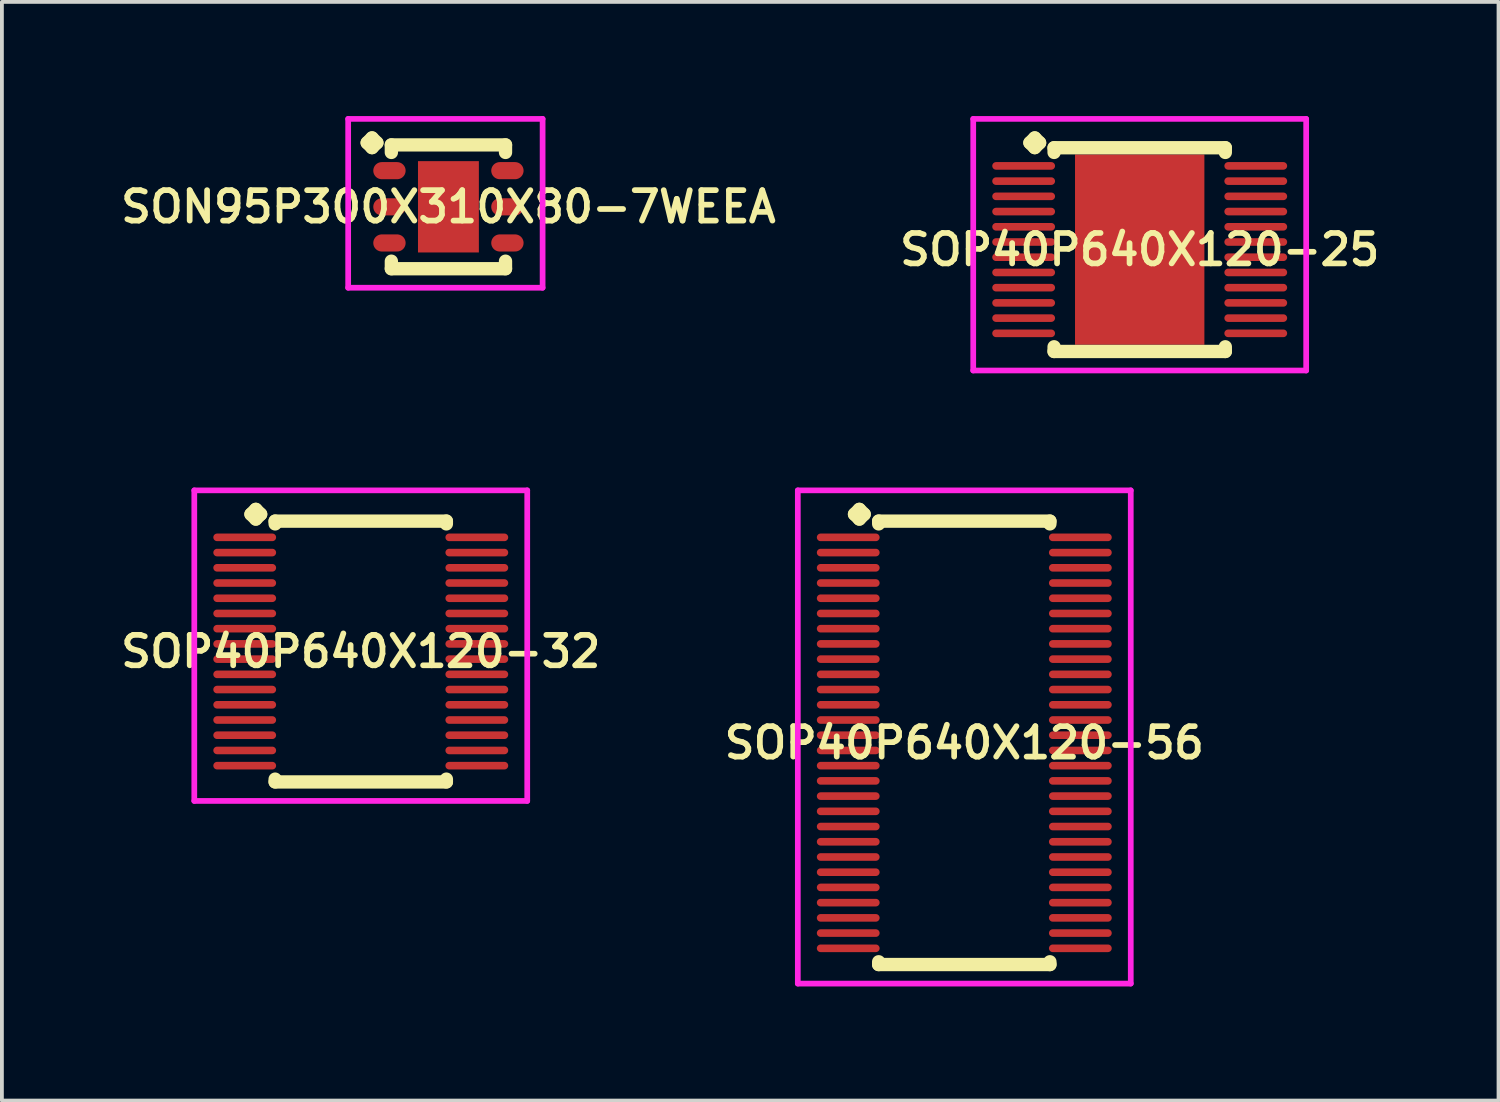
<source format=kicad_pcb>
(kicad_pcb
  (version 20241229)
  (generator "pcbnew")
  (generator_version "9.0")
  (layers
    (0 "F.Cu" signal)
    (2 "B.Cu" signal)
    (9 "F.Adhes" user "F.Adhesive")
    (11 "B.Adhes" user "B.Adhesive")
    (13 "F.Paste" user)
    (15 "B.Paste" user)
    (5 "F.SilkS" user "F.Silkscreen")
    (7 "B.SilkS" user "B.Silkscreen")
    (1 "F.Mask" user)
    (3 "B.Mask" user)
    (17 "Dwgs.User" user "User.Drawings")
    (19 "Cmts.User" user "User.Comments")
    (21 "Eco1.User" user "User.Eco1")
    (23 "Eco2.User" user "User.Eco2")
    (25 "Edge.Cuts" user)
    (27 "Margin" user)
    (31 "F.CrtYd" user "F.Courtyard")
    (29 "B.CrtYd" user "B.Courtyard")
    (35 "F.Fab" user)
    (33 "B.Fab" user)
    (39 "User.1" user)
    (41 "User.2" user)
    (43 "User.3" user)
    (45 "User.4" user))
  (footprint "SOP40P640X120-25"
    (layer "F.Cu")
    (at 26.902 3.51)
    (property "Reference" "SOP40P640X120-25" (at 0 0 0) (layer "F.SilkS") (effects (font (size 0.8 0.8) (thickness 0.15))))
    (attr smd)
    (fp_line (start -2.885 -2.808) (end -2.758 -2.935) (stroke (width 0.35) (type solid)) (layer "F.SilkS"))
    (fp_line (start -2.758 -2.935) (end -2.631 -2.808) (stroke (width 0.35) (type solid)) (layer "F.SilkS"))
    (fp_line (start -2.758 -2.681) (end -2.885 -2.808) (stroke (width 0.35) (type solid)) (layer "F.SilkS"))
    (fp_line (start -2.631 -2.808) (end -2.758 -2.681) (stroke (width 0.35) (type solid)) (layer "F.SilkS"))
    (fp_line (start -2.25 -2.677) (end 2.25 -2.677) (stroke (width 0.35) (type solid)) (layer "F.SilkS"))
    (fp_line (start -2.25 -2.554) (end -2.25 -2.677) (stroke (width 0.35) (type solid)) (layer "F.SilkS"))
    (fp_line (start -2.25 2.554) (end -2.25 2.677) (stroke (width 0.35) (type solid)) (layer "F.SilkS"))
    (fp_line (start -2.25 2.677) (end 2.25 2.677) (stroke (width 0.35) (type solid)) (layer "F.SilkS"))
    (fp_line (start 2.25 -2.677) (end 2.25 -2.554) (stroke (width 0.35) (type solid)) (layer "F.SilkS"))
    (fp_line (start 2.25 2.677) (end 2.25 2.554) (stroke (width 0.35) (type solid)) (layer "F.SilkS"))
    (fp_line (start -4.375 -3.435) (end 4.375 -3.435) (stroke (width 0.15) (type solid)) (layer "F.CrtYd"))
    (fp_line (start -4.375 3.177) (end -4.375 -3.435) (stroke (width 0.15) (type solid)) (layer "F.CrtYd"))
    (fp_line (start 4.375 -3.435) (end 4.375 3.177) (stroke (width 0.15) (type solid)) (layer "F.CrtYd"))
    (fp_line (start 4.375 3.177) (end -4.375 3.177) (stroke (width 0.15) (type solid)) (layer "F.CrtYd"))
    (pad "1" smd oval (at -3.05 -2.2) (size 1.65 0.2) (layers "F.Cu" "F.Mask" "F.Paste"))
    (pad "2" smd oval (at -3.05 -1.8) (size 1.65 0.2) (layers "F.Cu" "F.Mask" "F.Paste"))
    (pad "3" smd oval (at -3.05 -1.4) (size 1.65 0.2) (layers "F.Cu" "F.Mask" "F.Paste"))
    (pad "4" smd oval (at -3.05 -1) (size 1.65 0.2) (layers "F.Cu" "F.Mask" "F.Paste"))
    (pad "5" smd oval (at -3.05 -0.6) (size 1.65 0.2) (layers "F.Cu" "F.Mask" "F.Paste"))
    (pad "6" smd oval (at -3.05 -0.2) (size 1.65 0.2) (layers "F.Cu" "F.Mask" "F.Paste"))
    (pad "7" smd oval (at -3.05 0.2) (size 1.65 0.2) (layers "F.Cu" "F.Mask" "F.Paste"))
    (pad "8" smd oval (at -3.05 0.6) (size 1.65 0.2) (layers "F.Cu" "F.Mask" "F.Paste"))
    (pad "9" smd oval (at -3.05 1) (size 1.65 0.2) (layers "F.Cu" "F.Mask" "F.Paste"))
    (pad "10" smd oval (at -3.05 1.4) (size 1.65 0.2) (layers "F.Cu" "F.Mask" "F.Paste"))
    (pad "11" smd oval (at -3.05 1.8) (size 1.65 0.2) (layers "F.Cu" "F.Mask" "F.Paste"))
    (pad "12" smd oval (at -3.05 2.2) (size 1.65 0.2) (layers "F.Cu" "F.Mask" "F.Paste"))
    (pad "13" smd oval (at 3.05 2.2) (size 1.65 0.2) (layers "F.Cu" "F.Mask" "F.Paste"))
    (pad "14" smd oval (at 3.05 1.8) (size 1.65 0.2) (layers "F.Cu" "F.Mask" "F.Paste"))
    (pad "15" smd oval (at 3.05 1.4) (size 1.65 0.2) (layers "F.Cu" "F.Mask" "F.Paste"))
    (pad "16" smd oval (at 3.05 1) (size 1.65 0.2) (layers "F.Cu" "F.Mask" "F.Paste"))
    (pad "17" smd oval (at 3.05 0.6) (size 1.65 0.2) (layers "F.Cu" "F.Mask" "F.Paste"))
    (pad "18" smd oval (at 3.05 0.2) (size 1.65 0.2) (layers "F.Cu" "F.Mask" "F.Paste"))
    (pad "19" smd oval (at 3.05 -0.2) (size 1.65 0.2) (layers "F.Cu" "F.Mask" "F.Paste"))
    (pad "20" smd oval (at 3.05 -0.6) (size 1.65 0.2) (layers "F.Cu" "F.Mask" "F.Paste"))
    (pad "21" smd oval (at 3.05 -1) (size 1.65 0.2) (layers "F.Cu" "F.Mask" "F.Paste"))
    (pad "22" smd oval (at 3.05 -1.4) (size 1.65 0.2) (layers "F.Cu" "F.Mask" "F.Paste"))
    (pad "23" smd oval (at 3.05 -1.8) (size 1.65 0.2) (layers "F.Cu" "F.Mask" "F.Paste"))
    (pad "24" smd oval (at 3.05 -2.2) (size 1.65 0.2) (layers "F.Cu" "F.Mask" "F.Paste"))
    (pad "25" smd rect (at 0 0) (size 3.4 5) (layers "F.Cu" "F.Mask" "F.Paste")))
  (footprint "SOP40P640X120-32"
    (layer "F.Cu")
    (at 6.431 14.072)
    (property "Reference" "SOP40P640X120-32" (at 0 0 0) (layer "F.SilkS") (effects (font (size 0.8 0.8) (thickness 0.15))))
    (attr through_hole)
    (fp_line (start -2.885 -3.608) (end -2.758 -3.735) (stroke (width 0.35) (type solid)) (layer "F.SilkS"))
    (fp_line (start -2.758 -3.735) (end -2.631 -3.608) (stroke (width 0.35) (type solid)) (layer "F.SilkS"))
    (fp_line (start -2.758 -3.481) (end -2.885 -3.608) (stroke (width 0.35) (type solid)) (layer "F.SilkS"))
    (fp_line (start -2.631 -3.608) (end -2.758 -3.481) (stroke (width 0.35) (type solid)) (layer "F.SilkS"))
    (fp_line (start -2.25 -3.427) (end 2.25 -3.427) (stroke (width 0.35) (type solid)) (layer "F.SilkS"))
    (fp_line (start -2.25 -3.354) (end -2.25 -3.427) (stroke (width 0.35) (type solid)) (layer "F.SilkS"))
    (fp_line (start -2.25 3.354) (end -2.25 3.427) (stroke (width 0.35) (type solid)) (layer "F.SilkS"))
    (fp_line (start -2.25 3.427) (end 2.25 3.427) (stroke (width 0.35) (type solid)) (layer "F.SilkS"))
    (fp_line (start 2.25 -3.427) (end 2.25 -3.354) (stroke (width 0.35) (type solid)) (layer "F.SilkS"))
    (fp_line (start 2.25 3.427) (end 2.25 3.354) (stroke (width 0.35) (type solid)) (layer "F.SilkS"))
    (fp_line (start -4.375 -4.235) (end 4.375 -4.235) (stroke (width 0.15) (type solid)) (layer "F.CrtYd"))
    (fp_line (start -4.375 3.927) (end -4.375 -4.235) (stroke (width 0.15) (type solid)) (layer "F.CrtYd"))
    (fp_line (start 4.375 -4.235) (end 4.375 3.927) (stroke (width 0.15) (type solid)) (layer "F.CrtYd"))
    (fp_line (start 4.375 3.927) (end -4.375 3.927) (stroke (width 0.15) (type solid)) (layer "F.CrtYd"))
    (pad "1" smd oval (at -3.05 -3) (size 1.65 0.2) (layers "F.Cu" "F.Mask" "F.Paste"))
    (pad "2" smd oval (at -3.05 -2.6) (size 1.65 0.2) (layers "F.Cu" "F.Mask" "F.Paste"))
    (pad "3" smd oval (at -3.05 -2.2) (size 1.65 0.2) (layers "F.Cu" "F.Mask" "F.Paste"))
    (pad "4" smd oval (at -3.05 -1.8) (size 1.65 0.2) (layers "F.Cu" "F.Mask" "F.Paste"))
    (pad "5" smd oval (at -3.05 -1.4) (size 1.65 0.2) (layers "F.Cu" "F.Mask" "F.Paste"))
    (pad "6" smd oval (at -3.05 -1) (size 1.65 0.2) (layers "F.Cu" "F.Mask" "F.Paste"))
    (pad "7" smd oval (at -3.05 -0.6) (size 1.65 0.2) (layers "F.Cu" "F.Mask" "F.Paste"))
    (pad "8" smd oval (at -3.05 -0.2) (size 1.65 0.2) (layers "F.Cu" "F.Mask" "F.Paste"))
    (pad "9" smd oval (at -3.05 0.2) (size 1.65 0.2) (layers "F.Cu" "F.Mask" "F.Paste"))
    (pad "10" smd oval (at -3.05 0.6) (size 1.65 0.2) (layers "F.Cu" "F.Mask" "F.Paste"))
    (pad "11" smd oval (at -3.05 1) (size 1.65 0.2) (layers "F.Cu" "F.Mask" "F.Paste"))
    (pad "12" smd oval (at -3.05 1.4) (size 1.65 0.2) (layers "F.Cu" "F.Mask" "F.Paste"))
    (pad "13" smd oval (at -3.05 1.8) (size 1.65 0.2) (layers "F.Cu" "F.Mask" "F.Paste"))
    (pad "14" smd oval (at -3.05 2.2) (size 1.65 0.2) (layers "F.Cu" "F.Mask" "F.Paste"))
    (pad "15" smd oval (at -3.05 2.6) (size 1.65 0.2) (layers "F.Cu" "F.Mask" "F.Paste"))
    (pad "16" smd oval (at -3.05 3) (size 1.65 0.2) (layers "F.Cu" "F.Mask" "F.Paste"))
    (pad "17" smd oval (at 3.05 3) (size 1.65 0.2) (layers "F.Cu" "F.Mask" "F.Paste"))
    (pad "18" smd oval (at 3.05 2.6) (size 1.65 0.2) (layers "F.Cu" "F.Mask" "F.Paste"))
    (pad "19" smd oval (at 3.05 2.2) (size 1.65 0.2) (layers "F.Cu" "F.Mask" "F.Paste"))
    (pad "20" smd oval (at 3.05 1.8) (size 1.65 0.2) (layers "F.Cu" "F.Mask" "F.Paste"))
    (pad "21" smd oval (at 3.05 1.4) (size 1.65 0.2) (layers "F.Cu" "F.Mask" "F.Paste"))
    (pad "22" smd oval (at 3.05 1) (size 1.65 0.2) (layers "F.Cu" "F.Mask" "F.Paste"))
    (pad "23" smd oval (at 3.05 0.6) (size 1.65 0.2) (layers "F.Cu" "F.Mask" "F.Paste"))
    (pad "24" smd oval (at 3.05 0.2) (size 1.65 0.2) (layers "F.Cu" "F.Mask" "F.Paste"))
    (pad "25" smd oval (at 3.05 -0.2) (size 1.65 0.2) (layers "F.Cu" "F.Mask" "F.Paste"))
    (pad "26" smd oval (at 3.05 -0.6) (size 1.65 0.2) (layers "F.Cu" "F.Mask" "F.Paste"))
    (pad "27" smd oval (at 3.05 -1) (size 1.65 0.2) (layers "F.Cu" "F.Mask" "F.Paste"))
    (pad "28" smd oval (at 3.05 -1.4) (size 1.65 0.2) (layers "F.Cu" "F.Mask" "F.Paste"))
    (pad "29" smd oval (at 3.05 -1.8) (size 1.65 0.2) (layers "F.Cu" "F.Mask" "F.Paste"))
    (pad "30" smd oval (at 3.05 -2.2) (size 1.65 0.2) (layers "F.Cu" "F.Mask" "F.Paste"))
    (pad "31" smd oval (at 3.05 -2.6) (size 1.65 0.2) (layers "F.Cu" "F.Mask" "F.Paste"))
    (pad "32" smd oval (at 3.05 -3) (size 1.65 0.2) (layers "F.Cu" "F.Mask" "F.Paste")))
  (footprint "SON95P300X310X80-7WEEA"
    (layer "F.Cu")
    (at 8.735 2.385)
    (property "Reference" "SON95P300X310X80-7WEEA" (at 0 0 0) (layer "F.SilkS") (effects (font (size 0.8 0.8) (thickness 0.15))))
    (attr through_hole)
    (fp_line (start -2.135 -1.683) (end -2.008 -1.81) (stroke (width 0.35) (type solid)) (layer "F.SilkS"))
    (fp_line (start -2.008 -1.81) (end -1.881 -1.683) (stroke (width 0.35) (type solid)) (layer "F.SilkS"))
    (fp_line (start -2.008 -1.556) (end -2.135 -1.683) (stroke (width 0.35) (type solid)) (layer "F.SilkS"))
    (fp_line (start -1.881 -1.683) (end -2.008 -1.556) (stroke (width 0.35) (type solid)) (layer "F.SilkS"))
    (fp_line (start -1.5 -1.627) (end 1.5 -1.627) (stroke (width 0.35) (type solid)) (layer "F.SilkS"))
    (fp_line (start -1.5 -1.429) (end -1.5 -1.627) (stroke (width 0.35) (type solid)) (layer "F.SilkS"))
    (fp_line (start -1.5 1.429) (end -1.5 1.627) (stroke (width 0.35) (type solid)) (layer "F.SilkS"))
    (fp_line (start -1.5 1.627) (end 1.5 1.627) (stroke (width 0.35) (type solid)) (layer "F.SilkS"))
    (fp_line (start 1.5 -1.627) (end 1.5 -1.429) (stroke (width 0.35) (type solid)) (layer "F.SilkS"))
    (fp_line (start 1.5 1.627) (end 1.5 1.429) (stroke (width 0.35) (type solid)) (layer "F.SilkS"))
    (fp_line (start -2.635 -2.31) (end 2.475 -2.31) (stroke (width 0.15) (type solid)) (layer "F.CrtYd"))
    (fp_line (start -2.635 2.127) (end -2.635 -2.31) (stroke (width 0.15) (type solid)) (layer "F.CrtYd"))
    (fp_line (start 2.475 -2.31) (end 2.475 2.127) (stroke (width 0.15) (type solid)) (layer "F.CrtYd"))
    (fp_line (start 2.475 2.127) (end -2.635 2.127) (stroke (width 0.15) (type solid)) (layer "F.CrtYd"))
    (pad "1" smd oval (at -1.55 -0.95) (size 0.85 0.45) (layers "F.Cu" "F.Mask" "F.Paste"))
    (pad "2" smd oval (at -1.55 0) (size 0.85 0.45) (layers "F.Cu" "F.Mask" "F.Paste"))
    (pad "3" smd oval (at -1.55 0.95) (size 0.85 0.45) (layers "F.Cu" "F.Mask" "F.Paste"))
    (pad "4" smd oval (at 1.55 0.95) (size 0.85 0.45) (layers "F.Cu" "F.Mask" "F.Paste"))
    (pad "5" smd oval (at 1.55 0) (size 0.85 0.45) (layers "F.Cu" "F.Mask" "F.Paste"))
    (pad "6" smd oval (at 1.55 -0.95) (size 0.85 0.45) (layers "F.Cu" "F.Mask" "F.Paste"))
    (pad "7" smd rect (at 0 0) (size 1.6 2.4) (layers "F.Cu" "F.Mask" "F.Paste")))
  (footprint "SOP40P640X120-56"
    (layer "F.Cu")
    (at 22.292 16.472)
    (property "Reference" "SOP40P640X120-56" (at 0 0 0) (layer "F.SilkS") (effects (font (size 0.8 0.8) (thickness 0.15))))
    (attr smd)
    (fp_line (start -2.885 -6.008) (end -2.758 -6.135) (stroke (width 0.35) (type solid)) (layer "F.SilkS"))
    (fp_line (start -2.758 -6.135) (end -2.631 -6.008) (stroke (width 0.35) (type solid)) (layer "F.SilkS"))
    (fp_line (start -2.758 -5.881) (end -2.885 -6.008) (stroke (width 0.35) (type solid)) (layer "F.SilkS"))
    (fp_line (start -2.631 -6.008) (end -2.758 -5.881) (stroke (width 0.35) (type solid)) (layer "F.SilkS"))
    (fp_line (start -2.25 -5.827) (end 2.25 -5.827) (stroke (width 0.35) (type solid)) (layer "F.SilkS"))
    (fp_line (start -2.25 -5.754) (end -2.25 -5.827) (stroke (width 0.35) (type solid)) (layer "F.SilkS"))
    (fp_line (start -2.25 5.754) (end -2.25 5.827) (stroke (width 0.35) (type solid)) (layer "F.SilkS"))
    (fp_line (start -2.25 5.827) (end 2.25 5.827) (stroke (width 0.35) (type solid)) (layer "F.SilkS"))
    (fp_line (start 2.25 -5.827) (end 2.25 -5.754) (stroke (width 0.35) (type solid)) (layer "F.SilkS"))
    (fp_line (start 2.25 5.827) (end 2.25 5.754) (stroke (width 0.35) (type solid)) (layer "F.SilkS"))
    (fp_line (start -4.375 -6.635) (end 4.375 -6.635) (stroke (width 0.15) (type solid)) (layer "F.CrtYd"))
    (fp_line (start -4.375 6.327) (end -4.375 -6.635) (stroke (width 0.15) (type solid)) (layer "F.CrtYd"))
    (fp_line (start 4.375 -6.635) (end 4.375 6.327) (stroke (width 0.15) (type solid)) (layer "F.CrtYd"))
    (fp_line (start 4.375 6.327) (end -4.375 6.327) (stroke (width 0.15) (type solid)) (layer "F.CrtYd"))
    (pad "1" smd oval (at -3.05 -5.4) (size 1.65 0.2) (layers "F.Cu" "F.Mask" "F.Paste"))
    (pad "2" smd oval (at -3.05 -5) (size 1.65 0.2) (layers "F.Cu" "F.Mask" "F.Paste"))
    (pad "3" smd oval (at -3.05 -4.6) (size 1.65 0.2) (layers "F.Cu" "F.Mask" "F.Paste"))
    (pad "4" smd oval (at -3.05 -4.2) (size 1.65 0.2) (layers "F.Cu" "F.Mask" "F.Paste"))
    (pad "5" smd oval (at -3.05 -3.8) (size 1.65 0.2) (layers "F.Cu" "F.Mask" "F.Paste"))
    (pad "6" smd oval (at -3.05 -3.4) (size 1.65 0.2) (layers "F.Cu" "F.Mask" "F.Paste"))
    (pad "7" smd oval (at -3.05 -3) (size 1.65 0.2) (layers "F.Cu" "F.Mask" "F.Paste"))
    (pad "8" smd oval (at -3.05 -2.6) (size 1.65 0.2) (layers "F.Cu" "F.Mask" "F.Paste"))
    (pad "9" smd oval (at -3.05 -2.2) (size 1.65 0.2) (layers "F.Cu" "F.Mask" "F.Paste"))
    (pad "10" smd oval (at -3.05 -1.8) (size 1.65 0.2) (layers "F.Cu" "F.Mask" "F.Paste"))
    (pad "11" smd oval (at -3.05 -1.4) (size 1.65 0.2) (layers "F.Cu" "F.Mask" "F.Paste"))
    (pad "12" smd oval (at -3.05 -1) (size 1.65 0.2) (layers "F.Cu" "F.Mask" "F.Paste"))
    (pad "13" smd oval (at -3.05 -0.6) (size 1.65 0.2) (layers "F.Cu" "F.Mask" "F.Paste"))
    (pad "14" smd oval (at -3.05 -0.2) (size 1.65 0.2) (layers "F.Cu" "F.Mask" "F.Paste"))
    (pad "15" smd oval (at -3.05 0.2) (size 1.65 0.2) (layers "F.Cu" "F.Mask" "F.Paste"))
    (pad "16" smd oval (at -3.05 0.6) (size 1.65 0.2) (layers "F.Cu" "F.Mask" "F.Paste"))
    (pad "17" smd oval (at -3.05 1) (size 1.65 0.2) (layers "F.Cu" "F.Mask" "F.Paste"))
    (pad "18" smd oval (at -3.05 1.4) (size 1.65 0.2) (layers "F.Cu" "F.Mask" "F.Paste"))
    (pad "19" smd oval (at -3.05 1.8) (size 1.65 0.2) (layers "F.Cu" "F.Mask" "F.Paste"))
    (pad "20" smd oval (at -3.05 2.2) (size 1.65 0.2) (layers "F.Cu" "F.Mask" "F.Paste"))
    (pad "21" smd oval (at -3.05 2.6) (size 1.65 0.2) (layers "F.Cu" "F.Mask" "F.Paste"))
    (pad "22" smd oval (at -3.05 3) (size 1.65 0.2) (layers "F.Cu" "F.Mask" "F.Paste"))
    (pad "23" smd oval (at -3.05 3.4) (size 1.65 0.2) (layers "F.Cu" "F.Mask" "F.Paste"))
    (pad "24" smd oval (at -3.05 3.8) (size 1.65 0.2) (layers "F.Cu" "F.Mask" "F.Paste"))
    (pad "25" smd oval (at -3.05 4.2) (size 1.65 0.2) (layers "F.Cu" "F.Mask" "F.Paste"))
    (pad "26" smd oval (at -3.05 4.6) (size 1.65 0.2) (layers "F.Cu" "F.Mask" "F.Paste"))
    (pad "27" smd oval (at -3.05 5) (size 1.65 0.2) (layers "F.Cu" "F.Mask" "F.Paste"))
    (pad "28" smd oval (at -3.05 5.4) (size 1.65 0.2) (layers "F.Cu" "F.Mask" "F.Paste"))
    (pad "29" smd oval (at 3.05 5.4) (size 1.65 0.2) (layers "F.Cu" "F.Mask" "F.Paste"))
    (pad "30" smd oval (at 3.05 5) (size 1.65 0.2) (layers "F.Cu" "F.Mask" "F.Paste"))
    (pad "31" smd oval (at 3.05 4.6) (size 1.65 0.2) (layers "F.Cu" "F.Mask" "F.Paste"))
    (pad "32" smd oval (at 3.05 4.2) (size 1.65 0.2) (layers "F.Cu" "F.Mask" "F.Paste"))
    (pad "33" smd oval (at 3.05 3.8) (size 1.65 0.2) (layers "F.Cu" "F.Mask" "F.Paste"))
    (pad "34" smd oval (at 3.05 3.4) (size 1.65 0.2) (layers "F.Cu" "F.Mask" "F.Paste"))
    (pad "35" smd oval (at 3.05 3) (size 1.65 0.2) (layers "F.Cu" "F.Mask" "F.Paste"))
    (pad "36" smd oval (at 3.05 2.6) (size 1.65 0.2) (layers "F.Cu" "F.Mask" "F.Paste"))
    (pad "37" smd oval (at 3.05 2.2) (size 1.65 0.2) (layers "F.Cu" "F.Mask" "F.Paste"))
    (pad "38" smd oval (at 3.05 1.8) (size 1.65 0.2) (layers "F.Cu" "F.Mask" "F.Paste"))
    (pad "39" smd oval (at 3.05 1.4) (size 1.65 0.2) (layers "F.Cu" "F.Mask" "F.Paste"))
    (pad "40" smd oval (at 3.05 1) (size 1.65 0.2) (layers "F.Cu" "F.Mask" "F.Paste"))
    (pad "41" smd oval (at 3.05 0.6) (size 1.65 0.2) (layers "F.Cu" "F.Mask" "F.Paste"))
    (pad "42" smd oval (at 3.05 0.2) (size 1.65 0.2) (layers "F.Cu" "F.Mask" "F.Paste"))
    (pad "43" smd oval (at 3.05 -0.2) (size 1.65 0.2) (layers "F.Cu" "F.Mask" "F.Paste"))
    (pad "44" smd oval (at 3.05 -0.6) (size 1.65 0.2) (layers "F.Cu" "F.Mask" "F.Paste"))
    (pad "45" smd oval (at 3.05 -1) (size 1.65 0.2) (layers "F.Cu" "F.Mask" "F.Paste"))
    (pad "46" smd oval (at 3.05 -1.4) (size 1.65 0.2) (layers "F.Cu" "F.Mask" "F.Paste"))
    (pad "47" smd oval (at 3.05 -1.8) (size 1.65 0.2) (layers "F.Cu" "F.Mask" "F.Paste"))
    (pad "48" smd oval (at 3.05 -2.2) (size 1.65 0.2) (layers "F.Cu" "F.Mask" "F.Paste"))
    (pad "49" smd oval (at 3.05 -2.6) (size 1.65 0.2) (layers "F.Cu" "F.Mask" "F.Paste"))
    (pad "50" smd oval (at 3.05 -3) (size 1.65 0.2) (layers "F.Cu" "F.Mask" "F.Paste"))
    (pad "51" smd oval (at 3.05 -3.4) (size 1.65 0.2) (layers "F.Cu" "F.Mask" "F.Paste"))
    (pad "52" smd oval (at 3.05 -3.8) (size 1.65 0.2) (layers "F.Cu" "F.Mask" "F.Paste"))
    (pad "53" smd oval (at 3.05 -4.2) (size 1.65 0.2) (layers "F.Cu" "F.Mask" "F.Paste"))
    (pad "54" smd oval (at 3.05 -4.6) (size 1.65 0.2) (layers "F.Cu" "F.Mask" "F.Paste"))
    (pad "55" smd oval (at 3.05 -5) (size 1.65 0.2) (layers "F.Cu" "F.Mask" "F.Paste"))
    (pad "56" smd oval (at 3.05 -5.4) (size 1.65 0.2) (layers "F.Cu" "F.Mask" "F.Paste")))
  (gr_rect
    (start -3 -3)
    (end 36.332 25.874)
    (stroke (width 0.1) (type default))
    (fill no)
    (layer "Edge.Cuts")))
</source>
